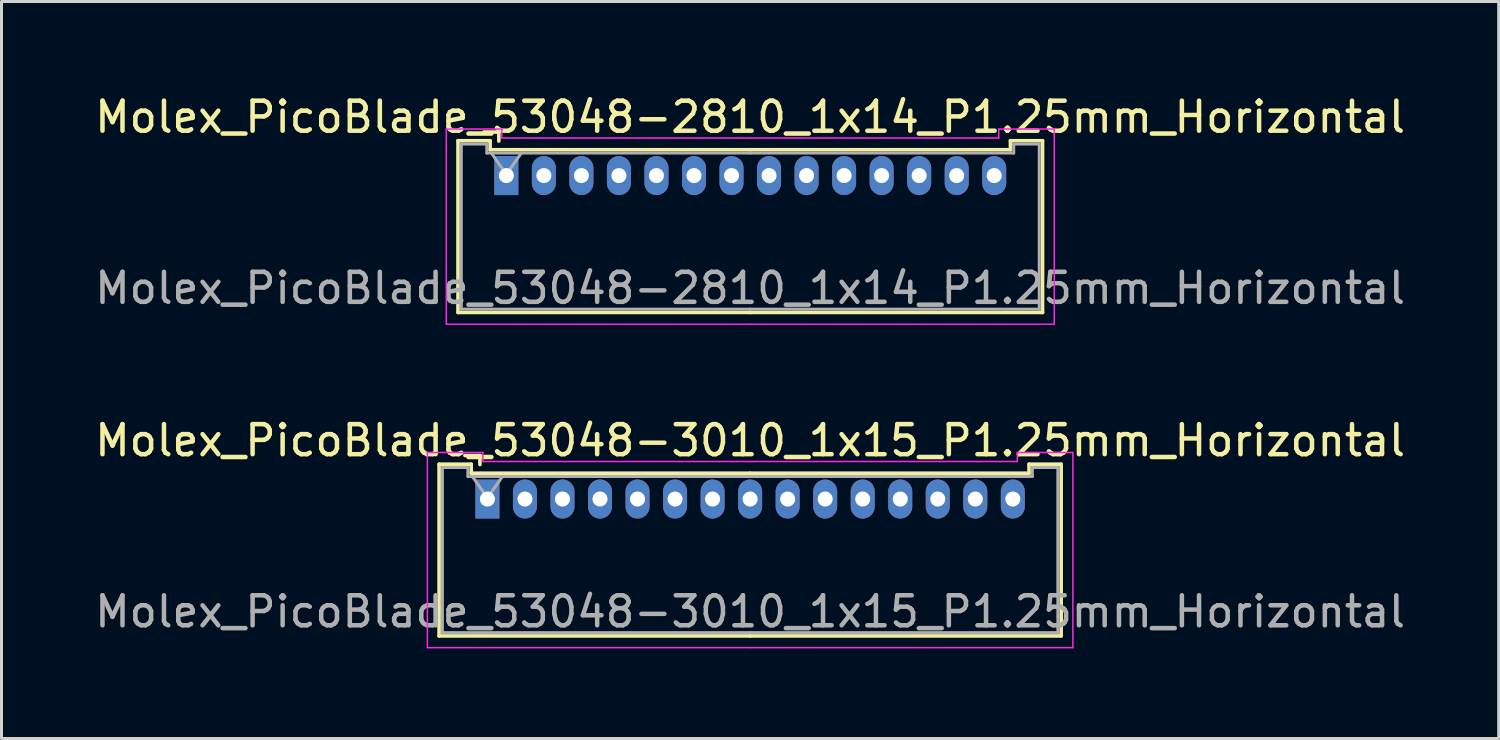
<source format=kicad_pcb>
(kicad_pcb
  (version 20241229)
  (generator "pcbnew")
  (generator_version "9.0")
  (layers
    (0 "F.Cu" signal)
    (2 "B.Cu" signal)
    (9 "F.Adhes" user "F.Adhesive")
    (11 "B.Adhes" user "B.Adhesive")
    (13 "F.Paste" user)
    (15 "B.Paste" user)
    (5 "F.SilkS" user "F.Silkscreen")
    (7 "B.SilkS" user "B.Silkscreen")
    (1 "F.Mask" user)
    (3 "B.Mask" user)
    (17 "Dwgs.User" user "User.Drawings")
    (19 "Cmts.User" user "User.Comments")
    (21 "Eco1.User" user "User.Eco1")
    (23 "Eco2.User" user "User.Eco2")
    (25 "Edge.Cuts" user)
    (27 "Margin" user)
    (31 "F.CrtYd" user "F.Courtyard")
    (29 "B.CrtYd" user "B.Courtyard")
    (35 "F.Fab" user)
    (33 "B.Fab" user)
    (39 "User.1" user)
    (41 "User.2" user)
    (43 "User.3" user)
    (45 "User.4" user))
  (footprint "Molex_PicoBlade_53048-3010_1x15_P1.25mm_Horizontal"
    (layer "F.Cu")
    (at 13.185 13.572)
    (property "Reference" "Molex_PicoBlade_53048-3010_1x15_P1.25mm_Horizontal" (at 8.75 -1.95 0) (layer "F.SilkS") (effects (font (size 1 1) (thickness 0.15))))
    (attr through_hole)
    (fp_line (start -1.61 -1.16) (end -1.61 4.56) (stroke (width 0.12) (type solid)) (layer "F.SilkS"))
    (fp_line (start -1.61 4.56) (end 8.75 4.56) (stroke (width 0.12) (type solid)) (layer "F.SilkS"))
    (fp_line (start -0.54 -1.16) (end -1.61 -1.16) (stroke (width 0.12) (type solid)) (layer "F.SilkS"))
    (fp_line (start -0.54 -0.86) (end -0.54 -1.16) (stroke (width 0.12) (type solid)) (layer "F.SilkS"))
    (fp_line (start -0.25 -1.45) (end -0.75 -1.45) (stroke (width 0.12) (type solid)) (layer "F.SilkS"))
    (fp_line (start -0.25 -1.15) (end -0.25 -1.45) (stroke (width 0.12) (type solid)) (layer "F.SilkS"))
    (fp_line (start 8.75 -0.86) (end -0.54 -0.86) (stroke (width 0.12) (type solid)) (layer "F.SilkS"))
    (fp_line (start 8.75 -0.86) (end 18.04 -0.86) (stroke (width 0.12) (type solid)) (layer "F.SilkS"))
    (fp_line (start 18.04 -1.16) (end 19.11 -1.16) (stroke (width 0.12) (type solid)) (layer "F.SilkS"))
    (fp_line (start 18.04 -0.86) (end 18.04 -1.16) (stroke (width 0.12) (type solid)) (layer "F.SilkS"))
    (fp_line (start 19.11 -1.16) (end 19.11 4.56) (stroke (width 0.12) (type solid)) (layer "F.SilkS"))
    (fp_line (start 19.11 4.56) (end 8.75 4.56) (stroke (width 0.12) (type solid)) (layer "F.SilkS"))
    (fp_line (start -2 -1.55) (end -2 4.95) (stroke (width 0.05) (type solid)) (layer "F.CrtYd"))
    (fp_line (start -2 4.95) (end 8.75 4.95) (stroke (width 0.05) (type solid)) (layer "F.CrtYd"))
    (fp_line (start -0.15 -1.55) (end -2 -1.55) (stroke (width 0.05) (type solid)) (layer "F.CrtYd"))
    (fp_line (start -0.15 -1.25) (end -0.15 -1.55) (stroke (width 0.05) (type solid)) (layer "F.CrtYd"))
    (fp_line (start 8.75 -1.25) (end -0.15 -1.25) (stroke (width 0.05) (type solid)) (layer "F.CrtYd"))
    (fp_line (start 8.75 -1.25) (end 17.65 -1.25) (stroke (width 0.05) (type solid)) (layer "F.CrtYd"))
    (fp_line (start 17.65 -1.55) (end 19.5 -1.55) (stroke (width 0.05) (type solid)) (layer "F.CrtYd"))
    (fp_line (start 17.65 -1.25) (end 17.65 -1.55) (stroke (width 0.05) (type solid)) (layer "F.CrtYd"))
    (fp_line (start 19.5 -1.55) (end 19.5 4.95) (stroke (width 0.05) (type solid)) (layer "F.CrtYd"))
    (fp_line (start 19.5 4.95) (end 8.75 4.95) (stroke (width 0.05) (type solid)) (layer "F.CrtYd"))
    (fp_line (start -1.5 -1.05) (end -1.5 4.45) (stroke (width 0.1) (type solid)) (layer "F.Fab"))
    (fp_line (start -1.5 4.45) (end 8.75 4.45) (stroke (width 0.1) (type solid)) (layer "F.Fab"))
    (fp_line (start -0.65 -1.05) (end -1.5 -1.05) (stroke (width 0.1) (type solid)) (layer "F.Fab"))
    (fp_line (start -0.65 -0.75) (end -0.65 -1.05) (stroke (width 0.1) (type solid)) (layer "F.Fab"))
    (fp_line (start -0.5 -0.75) (end 0 -0.043) (stroke (width 0.1) (type solid)) (layer "F.Fab"))
    (fp_line (start 0 -0.043) (end 0.5 -0.75) (stroke (width 0.1) (type solid)) (layer "F.Fab"))
    (fp_line (start 8.75 -0.75) (end -0.65 -0.75) (stroke (width 0.1) (type solid)) (layer "F.Fab"))
    (fp_line (start 8.75 -0.75) (end 18.15 -0.75) (stroke (width 0.1) (type solid)) (layer "F.Fab"))
    (fp_line (start 18.15 -1.05) (end 19 -1.05) (stroke (width 0.1) (type solid)) (layer "F.Fab"))
    (fp_line (start 18.15 -0.75) (end 18.15 -1.05) (stroke (width 0.1) (type solid)) (layer "F.Fab"))
    (fp_line (start 19 -1.05) (end 19 4.45) (stroke (width 0.1) (type solid)) (layer "F.Fab"))
    (fp_line (start 19 4.45) (end 8.75 4.45) (stroke (width 0.1) (type solid)) (layer "F.Fab"))
    (fp_text user "${REFERENCE}" (at 8.75 3.75 0) (layer "F.Fab") (effects (font (size 1 1) (thickness 0.15))))
    (pad "1" thru_hole rect (at 0 0) (size 0.8 1.3) (drill 0.5) (layers "*.Cu" "*.Mask"))
    (pad "2" thru_hole oval (at 1.25 0) (size 0.8 1.3) (drill 0.5) (layers "*.Cu" "*.Mask"))
    (pad "3" thru_hole oval (at 2.5 0) (size 0.8 1.3) (drill 0.5) (layers "*.Cu" "*.Mask"))
    (pad "4" thru_hole oval (at 3.75 0) (size 0.8 1.3) (drill 0.5) (layers "*.Cu" "*.Mask"))
    (pad "5" thru_hole oval (at 5 0) (size 0.8 1.3) (drill 0.5) (layers "*.Cu" "*.Mask"))
    (pad "6" thru_hole oval (at 6.25 0) (size 0.8 1.3) (drill 0.5) (layers "*.Cu" "*.Mask"))
    (pad "7" thru_hole oval (at 7.5 0) (size 0.8 1.3) (drill 0.5) (layers "*.Cu" "*.Mask"))
    (pad "8" thru_hole oval (at 8.75 0) (size 0.8 1.3) (drill 0.5) (layers "*.Cu" "*.Mask"))
    (pad "9" thru_hole oval (at 10 0) (size 0.8 1.3) (drill 0.5) (layers "*.Cu" "*.Mask"))
    (pad "10" thru_hole oval (at 11.25 0) (size 0.8 1.3) (drill 0.5) (layers "*.Cu" "*.Mask"))
    (pad "11" thru_hole oval (at 12.5 0) (size 0.8 1.3) (drill 0.5) (layers "*.Cu" "*.Mask"))
    (pad "12" thru_hole oval (at 13.75 0) (size 0.8 1.3) (drill 0.5) (layers "*.Cu" "*.Mask"))
    (pad "13" thru_hole oval (at 15 0) (size 0.8 1.3) (drill 0.5) (layers "*.Cu" "*.Mask"))
    (pad "14" thru_hole oval (at 16.25 0) (size 0.8 1.3) (drill 0.5) (layers "*.Cu" "*.Mask"))
    (pad "15" thru_hole oval (at 17.5 0) (size 0.8 1.3) (drill 0.5) (layers "*.Cu" "*.Mask")))
  (footprint "Molex_PicoBlade_53048-2810_1x14_P1.25mm_Horizontal"
    (layer "F.Cu")
    (at 13.815 2.798)
    (property "Reference" "Molex_PicoBlade_53048-2810_1x14_P1.25mm_Horizontal" (at 8.12 -1.95 0) (layer "F.SilkS") (effects (font (size 1 1) (thickness 0.15))))
    (attr through_hole)
    (fp_line (start -1.61 -1.16) (end -1.61 4.56) (stroke (width 0.12) (type solid)) (layer "F.SilkS"))
    (fp_line (start -1.61 4.56) (end 8.125 4.56) (stroke (width 0.12) (type solid)) (layer "F.SilkS"))
    (fp_line (start -0.54 -1.16) (end -1.61 -1.16) (stroke (width 0.12) (type solid)) (layer "F.SilkS"))
    (fp_line (start -0.54 -0.86) (end -0.54 -1.16) (stroke (width 0.12) (type solid)) (layer "F.SilkS"))
    (fp_line (start -0.25 -1.45) (end -0.75 -1.45) (stroke (width 0.12) (type solid)) (layer "F.SilkS"))
    (fp_line (start -0.25 -1.15) (end -0.25 -1.45) (stroke (width 0.12) (type solid)) (layer "F.SilkS"))
    (fp_line (start 8.125 -0.86) (end -0.54 -0.86) (stroke (width 0.12) (type solid)) (layer "F.SilkS"))
    (fp_line (start 8.125 -0.86) (end 16.79 -0.86) (stroke (width 0.12) (type solid)) (layer "F.SilkS"))
    (fp_line (start 16.79 -1.16) (end 17.86 -1.16) (stroke (width 0.12) (type solid)) (layer "F.SilkS"))
    (fp_line (start 16.79 -0.86) (end 16.79 -1.16) (stroke (width 0.12) (type solid)) (layer "F.SilkS"))
    (fp_line (start 17.86 -1.16) (end 17.86 4.56) (stroke (width 0.12) (type solid)) (layer "F.SilkS"))
    (fp_line (start 17.86 4.56) (end 8.125 4.56) (stroke (width 0.12) (type solid)) (layer "F.SilkS"))
    (fp_line (start -2 -1.55) (end -2 4.95) (stroke (width 0.05) (type solid)) (layer "F.CrtYd"))
    (fp_line (start -2 4.95) (end 8.12 4.95) (stroke (width 0.05) (type solid)) (layer "F.CrtYd"))
    (fp_line (start -0.15 -1.55) (end -2 -1.55) (stroke (width 0.05) (type solid)) (layer "F.CrtYd"))
    (fp_line (start -0.15 -1.25) (end -0.15 -1.55) (stroke (width 0.05) (type solid)) (layer "F.CrtYd"))
    (fp_line (start 8.12 -1.25) (end -0.15 -1.25) (stroke (width 0.05) (type solid)) (layer "F.CrtYd"))
    (fp_line (start 8.13 -1.25) (end 16.4 -1.25) (stroke (width 0.05) (type solid)) (layer "F.CrtYd"))
    (fp_line (start 16.4 -1.55) (end 18.25 -1.55) (stroke (width 0.05) (type solid)) (layer "F.CrtYd"))
    (fp_line (start 16.4 -1.25) (end 16.4 -1.55) (stroke (width 0.05) (type solid)) (layer "F.CrtYd"))
    (fp_line (start 18.25 -1.55) (end 18.25 4.95) (stroke (width 0.05) (type solid)) (layer "F.CrtYd"))
    (fp_line (start 18.25 4.95) (end 8.13 4.95) (stroke (width 0.05) (type solid)) (layer "F.CrtYd"))
    (fp_line (start -1.5 -1.05) (end -1.5 4.45) (stroke (width 0.1) (type solid)) (layer "F.Fab"))
    (fp_line (start -1.5 4.45) (end 8.125 4.45) (stroke (width 0.1) (type solid)) (layer "F.Fab"))
    (fp_line (start -0.65 -1.05) (end -1.5 -1.05) (stroke (width 0.1) (type solid)) (layer "F.Fab"))
    (fp_line (start -0.65 -0.75) (end -0.65 -1.05) (stroke (width 0.1) (type solid)) (layer "F.Fab"))
    (fp_line (start -0.5 -0.75) (end 0 -0.043) (stroke (width 0.1) (type solid)) (layer "F.Fab"))
    (fp_line (start 0 -0.043) (end 0.5 -0.75) (stroke (width 0.1) (type solid)) (layer "F.Fab"))
    (fp_line (start 8.125 -0.75) (end -0.65 -0.75) (stroke (width 0.1) (type solid)) (layer "F.Fab"))
    (fp_line (start 8.125 -0.75) (end 16.9 -0.75) (stroke (width 0.1) (type solid)) (layer "F.Fab"))
    (fp_line (start 16.9 -1.05) (end 17.75 -1.05) (stroke (width 0.1) (type solid)) (layer "F.Fab"))
    (fp_line (start 16.9 -0.75) (end 16.9 -1.05) (stroke (width 0.1) (type solid)) (layer "F.Fab"))
    (fp_line (start 17.75 -1.05) (end 17.75 4.45) (stroke (width 0.1) (type solid)) (layer "F.Fab"))
    (fp_line (start 17.75 4.45) (end 8.125 4.45) (stroke (width 0.1) (type solid)) (layer "F.Fab"))
    (fp_text user "${REFERENCE}" (at 8.12 3.75 0) (layer "F.Fab") (effects (font (size 1 1) (thickness 0.15))))
    (pad "1" thru_hole rect (at 0 0) (size 0.8 1.3) (drill 0.5) (layers "*.Cu" "*.Mask"))
    (pad "2" thru_hole oval (at 1.25 0) (size 0.8 1.3) (drill 0.5) (layers "*.Cu" "*.Mask"))
    (pad "3" thru_hole oval (at 2.5 0) (size 0.8 1.3) (drill 0.5) (layers "*.Cu" "*.Mask"))
    (pad "4" thru_hole oval (at 3.75 0) (size 0.8 1.3) (drill 0.5) (layers "*.Cu" "*.Mask"))
    (pad "5" thru_hole oval (at 5 0) (size 0.8 1.3) (drill 0.5) (layers "*.Cu" "*.Mask"))
    (pad "6" thru_hole oval (at 6.25 0) (size 0.8 1.3) (drill 0.5) (layers "*.Cu" "*.Mask"))
    (pad "7" thru_hole oval (at 7.5 0) (size 0.8 1.3) (drill 0.5) (layers "*.Cu" "*.Mask"))
    (pad "8" thru_hole oval (at 8.75 0) (size 0.8 1.3) (drill 0.5) (layers "*.Cu" "*.Mask"))
    (pad "9" thru_hole oval (at 10 0) (size 0.8 1.3) (drill 0.5) (layers "*.Cu" "*.Mask"))
    (pad "10" thru_hole oval (at 11.25 0) (size 0.8 1.3) (drill 0.5) (layers "*.Cu" "*.Mask"))
    (pad "11" thru_hole oval (at 12.5 0) (size 0.8 1.3) (drill 0.5) (layers "*.Cu" "*.Mask"))
    (pad "12" thru_hole oval (at 13.75 0) (size 0.8 1.3) (drill 0.5) (layers "*.Cu" "*.Mask"))
    (pad "13" thru_hole oval (at 15 0) (size 0.8 1.3) (drill 0.5) (layers "*.Cu" "*.Mask"))
    (pad "14" thru_hole oval (at 16.25 0) (size 0.8 1.3) (drill 0.5) (layers "*.Cu" "*.Mask")))
  (gr_rect
    (start -3 -3)
    (end 46.869 21.547)
    (stroke (width 0.1) (type default))
    (fill no)
    (layer "Edge.Cuts")))
</source>
